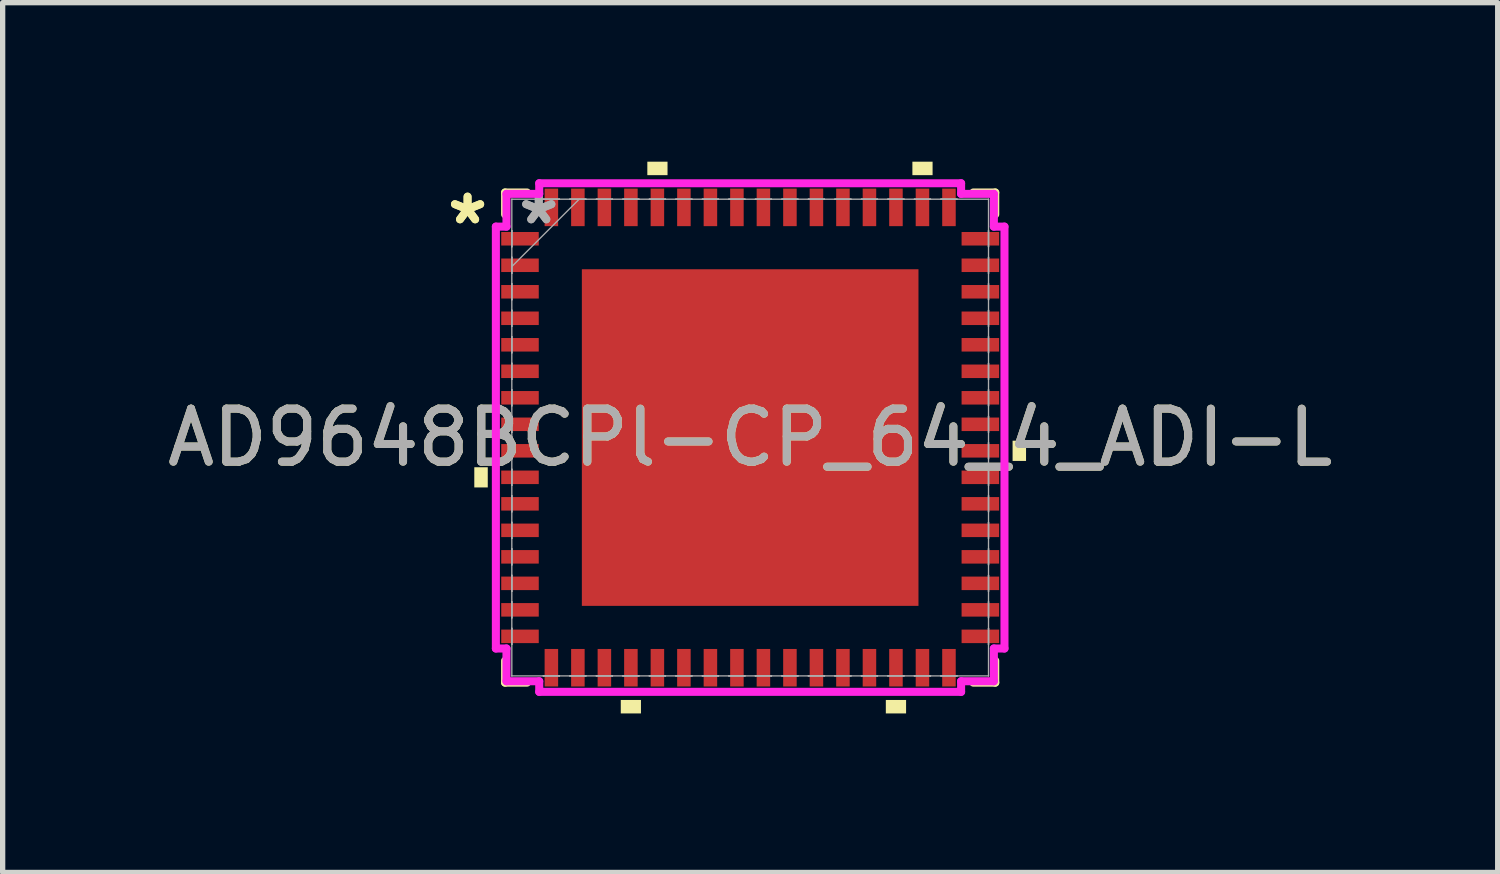
<source format=kicad_pcb>
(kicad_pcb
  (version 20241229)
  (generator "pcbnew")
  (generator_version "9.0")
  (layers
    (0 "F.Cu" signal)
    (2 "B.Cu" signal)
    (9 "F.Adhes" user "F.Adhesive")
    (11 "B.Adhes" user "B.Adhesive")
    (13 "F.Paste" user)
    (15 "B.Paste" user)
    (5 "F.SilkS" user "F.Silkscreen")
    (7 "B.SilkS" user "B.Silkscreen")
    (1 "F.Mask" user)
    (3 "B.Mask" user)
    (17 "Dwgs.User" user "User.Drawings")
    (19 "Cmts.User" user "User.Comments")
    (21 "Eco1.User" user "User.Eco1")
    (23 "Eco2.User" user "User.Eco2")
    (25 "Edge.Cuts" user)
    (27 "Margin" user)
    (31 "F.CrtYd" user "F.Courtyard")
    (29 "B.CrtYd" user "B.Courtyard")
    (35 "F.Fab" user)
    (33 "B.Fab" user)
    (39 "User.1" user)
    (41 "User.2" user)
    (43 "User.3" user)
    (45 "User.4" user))
  (footprint "AD9648BCPl-CP_64_4_ADI-L"
    (layer "F.Cu")
    (at 11.101 5.204)
    (property "Reference" "AD9648BCPl-CP_64_4_ADI-L" (at 0 0 0) (unlocked yes) (layer "F.SilkS") (effects (font (size 1 1) (thickness 0.15))))
    (attr smd)
    (fp_line (start -4.623 -4.623) (end -4.623 -4.21) (stroke (width 0.152) (type solid)) (layer "F.SilkS"))
    (fp_line (start -4.623 4.21) (end -4.623 4.623) (stroke (width 0.152) (type solid)) (layer "F.SilkS"))
    (fp_line (start -4.623 4.623) (end -4.21 4.623) (stroke (width 0.152) (type solid)) (layer "F.SilkS"))
    (fp_line (start -4.21 -4.623) (end -4.623 -4.623) (stroke (width 0.152) (type solid)) (layer "F.SilkS"))
    (fp_line (start 4.21 4.623) (end 4.623 4.623) (stroke (width 0.152) (type solid)) (layer "F.SilkS"))
    (fp_line (start 4.623 -4.623) (end 4.21 -4.623) (stroke (width 0.152) (type solid)) (layer "F.SilkS"))
    (fp_line (start 4.623 -4.21) (end 4.623 -4.623) (stroke (width 0.152) (type solid)) (layer "F.SilkS"))
    (fp_line (start 4.623 4.623) (end 4.623 4.21) (stroke (width 0.152) (type solid)) (layer "F.SilkS"))
    (fp_poly (pts (xy -5.204 0.56) (xy -5.204 0.941) (xy -4.95 0.941) (xy -4.95 0.56)) (stroke (width 0) (type solid)) (fill yes) (layer "F.SilkS"))
    (fp_poly (pts (xy -2.441 4.95) (xy -2.441 5.204) (xy -2.06 5.204) (xy -2.06 4.95)) (stroke (width 0) (type solid)) (fill yes) (layer "F.SilkS"))
    (fp_poly (pts (xy -1.94 -4.95) (xy -1.94 -5.204) (xy -1.559 -5.204) (xy -1.559 -4.95)) (stroke (width 0) (type solid)) (fill yes) (layer "F.SilkS"))
    (fp_poly (pts (xy 2.559 4.95) (xy 2.559 5.204) (xy 2.941 5.204) (xy 2.941 4.95)) (stroke (width 0) (type solid)) (fill yes) (layer "F.SilkS"))
    (fp_poly (pts (xy 3.06 -4.95) (xy 3.06 -5.204) (xy 3.441 -5.204) (xy 3.441 -4.95)) (stroke (width 0) (type solid)) (fill yes) (layer "F.SilkS"))
    (fp_poly (pts (xy 5.204 0.059) (xy 5.204 0.441) (xy 4.95 0.441) (xy 4.95 0.059)) (stroke (width 0) (type solid)) (fill yes) (layer "F.SilkS"))
    (fp_poly (pts (xy -3.075 -3.075) (xy -3.075 -2.005) (xy -2.005 -2.005) (xy -2.005 -3.075)) (stroke (width 0) (type solid)) (fill yes) (layer "F.Paste"))
    (fp_poly (pts (xy -3.075 -1.805) (xy -3.075 -0.735) (xy -2.005 -0.735) (xy -2.005 -1.805)) (stroke (width 0) (type solid)) (fill yes) (layer "F.Paste"))
    (fp_poly (pts (xy -3.075 -0.535) (xy -3.075 0.535) (xy -2.005 0.535) (xy -2.005 -0.535)) (stroke (width 0) (type solid)) (fill yes) (layer "F.Paste"))
    (fp_poly (pts (xy -3.075 0.735) (xy -3.075 1.805) (xy -2.005 1.805) (xy -2.005 0.735)) (stroke (width 0) (type solid)) (fill yes) (layer "F.Paste"))
    (fp_poly (pts (xy -3.075 2.005) (xy -3.075 3.075) (xy -2.005 3.075) (xy -2.005 2.005)) (stroke (width 0) (type solid)) (fill yes) (layer "F.Paste"))
    (fp_poly (pts (xy -1.805 -3.075) (xy -1.805 -2.005) (xy -0.735 -2.005) (xy -0.735 -3.075)) (stroke (width 0) (type solid)) (fill yes) (layer "F.Paste"))
    (fp_poly (pts (xy -1.805 -1.805) (xy -1.805 -0.735) (xy -0.735 -0.735) (xy -0.735 -1.805)) (stroke (width 0) (type solid)) (fill yes) (layer "F.Paste"))
    (fp_poly (pts (xy -1.805 -0.535) (xy -1.805 0.535) (xy -0.735 0.535) (xy -0.735 -0.535)) (stroke (width 0) (type solid)) (fill yes) (layer "F.Paste"))
    (fp_poly (pts (xy -1.805 0.735) (xy -1.805 1.805) (xy -0.735 1.805) (xy -0.735 0.735)) (stroke (width 0) (type solid)) (fill yes) (layer "F.Paste"))
    (fp_poly (pts (xy -1.805 2.005) (xy -1.805 3.075) (xy -0.735 3.075) (xy -0.735 2.005)) (stroke (width 0) (type solid)) (fill yes) (layer "F.Paste"))
    (fp_poly (pts (xy -0.535 -3.075) (xy -0.535 -2.005) (xy 0.535 -2.005) (xy 0.535 -3.075)) (stroke (width 0) (type solid)) (fill yes) (layer "F.Paste"))
    (fp_poly (pts (xy -0.535 -1.805) (xy -0.535 -0.735) (xy 0.535 -0.735) (xy 0.535 -1.805)) (stroke (width 0) (type solid)) (fill yes) (layer "F.Paste"))
    (fp_poly (pts (xy -0.535 -0.535) (xy -0.535 0.535) (xy 0.535 0.535) (xy 0.535 -0.535)) (stroke (width 0) (type solid)) (fill yes) (layer "F.Paste"))
    (fp_poly (pts (xy -0.535 0.735) (xy -0.535 1.805) (xy 0.535 1.805) (xy 0.535 0.735)) (stroke (width 0) (type solid)) (fill yes) (layer "F.Paste"))
    (fp_poly (pts (xy -0.535 2.005) (xy -0.535 3.075) (xy 0.535 3.075) (xy 0.535 2.005)) (stroke (width 0) (type solid)) (fill yes) (layer "F.Paste"))
    (fp_poly (pts (xy 0.735 -3.075) (xy 0.735 -2.005) (xy 1.805 -2.005) (xy 1.805 -3.075)) (stroke (width 0) (type solid)) (fill yes) (layer "F.Paste"))
    (fp_poly (pts (xy 0.735 -1.805) (xy 0.735 -0.735) (xy 1.805 -0.735) (xy 1.805 -1.805)) (stroke (width 0) (type solid)) (fill yes) (layer "F.Paste"))
    (fp_poly (pts (xy 0.735 -0.535) (xy 0.735 0.535) (xy 1.805 0.535) (xy 1.805 -0.535)) (stroke (width 0) (type solid)) (fill yes) (layer "F.Paste"))
    (fp_poly (pts (xy 0.735 0.735) (xy 0.735 1.805) (xy 1.805 1.805) (xy 1.805 0.735)) (stroke (width 0) (type solid)) (fill yes) (layer "F.Paste"))
    (fp_poly (pts (xy 0.735 2.005) (xy 0.735 3.075) (xy 1.805 3.075) (xy 1.805 2.005)) (stroke (width 0) (type solid)) (fill yes) (layer "F.Paste"))
    (fp_poly (pts (xy 2.005 -3.075) (xy 2.005 -2.005) (xy 3.075 -2.005) (xy 3.075 -3.075)) (stroke (width 0) (type solid)) (fill yes) (layer "F.Paste"))
    (fp_poly (pts (xy 2.005 -1.805) (xy 2.005 -0.735) (xy 3.075 -0.735) (xy 3.075 -1.805)) (stroke (width 0) (type solid)) (fill yes) (layer "F.Paste"))
    (fp_poly (pts (xy 2.005 -0.535) (xy 2.005 0.535) (xy 3.075 0.535) (xy 3.075 -0.535)) (stroke (width 0) (type solid)) (fill yes) (layer "F.Paste"))
    (fp_poly (pts (xy 2.005 0.735) (xy 2.005 1.805) (xy 3.075 1.805) (xy 3.075 0.735)) (stroke (width 0) (type solid)) (fill yes) (layer "F.Paste"))
    (fp_poly (pts (xy 2.005 2.005) (xy 2.005 3.075) (xy 3.075 3.075) (xy 3.075 2.005)) (stroke (width 0) (type solid)) (fill yes) (layer "F.Paste"))
    (fp_line (start -4.797 -3.979) (end -4.597 -3.979) (stroke (width 0.152) (type solid)) (layer "F.CrtYd"))
    (fp_line (start -4.797 3.979) (end -4.797 -3.979) (stroke (width 0.152) (type solid)) (layer "F.CrtYd"))
    (fp_line (start -4.597 -4.597) (end -3.979 -4.597) (stroke (width 0.152) (type solid)) (layer "F.CrtYd"))
    (fp_line (start -4.597 -3.979) (end -4.597 -4.597) (stroke (width 0.152) (type solid)) (layer "F.CrtYd"))
    (fp_line (start -4.597 3.979) (end -4.797 3.979) (stroke (width 0.152) (type solid)) (layer "F.CrtYd"))
    (fp_line (start -4.597 4.597) (end -4.597 3.979) (stroke (width 0.152) (type solid)) (layer "F.CrtYd"))
    (fp_line (start -3.979 -4.797) (end 3.979 -4.797) (stroke (width 0.152) (type solid)) (layer "F.CrtYd"))
    (fp_line (start -3.979 -4.597) (end -3.979 -4.797) (stroke (width 0.152) (type solid)) (layer "F.CrtYd"))
    (fp_line (start -3.979 4.597) (end -4.597 4.597) (stroke (width 0.152) (type solid)) (layer "F.CrtYd"))
    (fp_line (start -3.979 4.797) (end -3.979 4.597) (stroke (width 0.152) (type solid)) (layer "F.CrtYd"))
    (fp_line (start 3.979 -4.797) (end 3.979 -4.597) (stroke (width 0.152) (type solid)) (layer "F.CrtYd"))
    (fp_line (start 3.979 -4.597) (end 4.597 -4.597) (stroke (width 0.152) (type solid)) (layer "F.CrtYd"))
    (fp_line (start 3.979 4.597) (end 3.979 4.797) (stroke (width 0.152) (type solid)) (layer "F.CrtYd"))
    (fp_line (start 3.979 4.797) (end -3.979 4.797) (stroke (width 0.152) (type solid)) (layer "F.CrtYd"))
    (fp_line (start 4.597 -4.597) (end 4.597 -3.979) (stroke (width 0.152) (type solid)) (layer "F.CrtYd"))
    (fp_line (start 4.597 -3.979) (end 4.797 -3.979) (stroke (width 0.152) (type solid)) (layer "F.CrtYd"))
    (fp_line (start 4.597 3.979) (end 4.597 4.597) (stroke (width 0.152) (type solid)) (layer "F.CrtYd"))
    (fp_line (start 4.597 4.597) (end 3.979 4.597) (stroke (width 0.152) (type solid)) (layer "F.CrtYd"))
    (fp_line (start 4.797 -3.979) (end 4.797 3.979) (stroke (width 0.152) (type solid)) (layer "F.CrtYd"))
    (fp_line (start 4.797 3.979) (end 4.597 3.979) (stroke (width 0.152) (type solid)) (layer "F.CrtYd"))
    (fp_line (start -4.496 -4.496) (end -4.496 -4.496) (stroke (width 0.025) (type solid)) (layer "F.Fab"))
    (fp_line (start -4.496 -4.496) (end -4.496 4.496) (stroke (width 0.025) (type solid)) (layer "F.Fab"))
    (fp_line (start -4.496 -3.902) (end -4.496 -3.902) (stroke (width 0.025) (type solid)) (layer "F.Fab"))
    (fp_line (start -4.496 -3.902) (end -4.496 -3.598) (stroke (width 0.025) (type solid)) (layer "F.Fab"))
    (fp_line (start -4.496 -3.598) (end -4.496 -3.902) (stroke (width 0.025) (type solid)) (layer "F.Fab"))
    (fp_line (start -4.496 -3.598) (end -4.496 -3.598) (stroke (width 0.025) (type solid)) (layer "F.Fab"))
    (fp_line (start -4.496 -3.402) (end -4.496 -3.402) (stroke (width 0.025) (type solid)) (layer "F.Fab"))
    (fp_line (start -4.496 -3.402) (end -4.496 -3.098) (stroke (width 0.025) (type solid)) (layer "F.Fab"))
    (fp_line (start -4.496 -3.226) (end -3.226 -4.496) (stroke (width 0.025) (type solid)) (layer "F.Fab"))
    (fp_line (start -4.496 -3.098) (end -4.496 -3.402) (stroke (width 0.025) (type solid)) (layer "F.Fab"))
    (fp_line (start -4.496 -3.098) (end -4.496 -3.098) (stroke (width 0.025) (type solid)) (layer "F.Fab"))
    (fp_line (start -4.496 -2.902) (end -4.496 -2.902) (stroke (width 0.025) (type solid)) (layer "F.Fab"))
    (fp_line (start -4.496 -2.902) (end -4.496 -2.598) (stroke (width 0.025) (type solid)) (layer "F.Fab"))
    (fp_line (start -4.496 -2.598) (end -4.496 -2.902) (stroke (width 0.025) (type solid)) (layer "F.Fab"))
    (fp_line (start -4.496 -2.598) (end -4.496 -2.598) (stroke (width 0.025) (type solid)) (layer "F.Fab"))
    (fp_line (start -4.496 -2.402) (end -4.496 -2.402) (stroke (width 0.025) (type solid)) (layer "F.Fab"))
    (fp_line (start -4.496 -2.402) (end -4.496 -2.098) (stroke (width 0.025) (type solid)) (layer "F.Fab"))
    (fp_line (start -4.496 -2.098) (end -4.496 -2.402) (stroke (width 0.025) (type solid)) (layer "F.Fab"))
    (fp_line (start -4.496 -2.098) (end -4.496 -2.098) (stroke (width 0.025) (type solid)) (layer "F.Fab"))
    (fp_line (start -4.496 -1.902) (end -4.496 -1.902) (stroke (width 0.025) (type solid)) (layer "F.Fab"))
    (fp_line (start -4.496 -1.902) (end -4.496 -1.598) (stroke (width 0.025) (type solid)) (layer "F.Fab"))
    (fp_line (start -4.496 -1.598) (end -4.496 -1.902) (stroke (width 0.025) (type solid)) (layer "F.Fab"))
    (fp_line (start -4.496 -1.598) (end -4.496 -1.598) (stroke (width 0.025) (type solid)) (layer "F.Fab"))
    (fp_line (start -4.496 -1.402) (end -4.496 -1.402) (stroke (width 0.025) (type solid)) (layer "F.Fab"))
    (fp_line (start -4.496 -1.402) (end -4.496 -1.098) (stroke (width 0.025) (type solid)) (layer "F.Fab"))
    (fp_line (start -4.496 -1.098) (end -4.496 -1.402) (stroke (width 0.025) (type solid)) (layer "F.Fab"))
    (fp_line (start -4.496 -1.098) (end -4.496 -1.098) (stroke (width 0.025) (type solid)) (layer "F.Fab"))
    (fp_line (start -4.496 -0.902) (end -4.496 -0.902) (stroke (width 0.025) (type solid)) (layer "F.Fab"))
    (fp_line (start -4.496 -0.902) (end -4.496 -0.598) (stroke (width 0.025) (type solid)) (layer "F.Fab"))
    (fp_line (start -4.496 -0.598) (end -4.496 -0.902) (stroke (width 0.025) (type solid)) (layer "F.Fab"))
    (fp_line (start -4.496 -0.598) (end -4.496 -0.598) (stroke (width 0.025) (type solid)) (layer "F.Fab"))
    (fp_line (start -4.496 -0.402) (end -4.496 -0.402) (stroke (width 0.025) (type solid)) (layer "F.Fab"))
    (fp_line (start -4.496 -0.402) (end -4.496 -0.098) (stroke (width 0.025) (type solid)) (layer "F.Fab"))
    (fp_line (start -4.496 -0.098) (end -4.496 -0.402) (stroke (width 0.025) (type solid)) (layer "F.Fab"))
    (fp_line (start -4.496 -0.098) (end -4.496 -0.098) (stroke (width 0.025) (type solid)) (layer "F.Fab"))
    (fp_line (start -4.496 0.098) (end -4.496 0.098) (stroke (width 0.025) (type solid)) (layer "F.Fab"))
    (fp_line (start -4.496 0.098) (end -4.496 0.402) (stroke (width 0.025) (type solid)) (layer "F.Fab"))
    (fp_line (start -4.496 0.402) (end -4.496 0.098) (stroke (width 0.025) (type solid)) (layer "F.Fab"))
    (fp_line (start -4.496 0.402) (end -4.496 0.402) (stroke (width 0.025) (type solid)) (layer "F.Fab"))
    (fp_line (start -4.496 0.598) (end -4.496 0.598) (stroke (width 0.025) (type solid)) (layer "F.Fab"))
    (fp_line (start -4.496 0.598) (end -4.496 0.902) (stroke (width 0.025) (type solid)) (layer "F.Fab"))
    (fp_line (start -4.496 0.902) (end -4.496 0.598) (stroke (width 0.025) (type solid)) (layer "F.Fab"))
    (fp_line (start -4.496 0.902) (end -4.496 0.902) (stroke (width 0.025) (type solid)) (layer "F.Fab"))
    (fp_line (start -4.496 1.098) (end -4.496 1.098) (stroke (width 0.025) (type solid)) (layer "F.Fab"))
    (fp_line (start -4.496 1.098) (end -4.496 1.402) (stroke (width 0.025) (type solid)) (layer "F.Fab"))
    (fp_line (start -4.496 1.402) (end -4.496 1.098) (stroke (width 0.025) (type solid)) (layer "F.Fab"))
    (fp_line (start -4.496 1.402) (end -4.496 1.402) (stroke (width 0.025) (type solid)) (layer "F.Fab"))
    (fp_line (start -4.496 1.598) (end -4.496 1.598) (stroke (width 0.025) (type solid)) (layer "F.Fab"))
    (fp_line (start -4.496 1.598) (end -4.496 1.902) (stroke (width 0.025) (type solid)) (layer "F.Fab"))
    (fp_line (start -4.496 1.902) (end -4.496 1.598) (stroke (width 0.025) (type solid)) (layer "F.Fab"))
    (fp_line (start -4.496 1.902) (end -4.496 1.902) (stroke (width 0.025) (type solid)) (layer "F.Fab"))
    (fp_line (start -4.496 2.098) (end -4.496 2.098) (stroke (width 0.025) (type solid)) (layer "F.Fab"))
    (fp_line (start -4.496 2.098) (end -4.496 2.402) (stroke (width 0.025) (type solid)) (layer "F.Fab"))
    (fp_line (start -4.496 2.402) (end -4.496 2.098) (stroke (width 0.025) (type solid)) (layer "F.Fab"))
    (fp_line (start -4.496 2.402) (end -4.496 2.402) (stroke (width 0.025) (type solid)) (layer "F.Fab"))
    (fp_line (start -4.496 2.598) (end -4.496 2.598) (stroke (width 0.025) (type solid)) (layer "F.Fab"))
    (fp_line (start -4.496 2.598) (end -4.496 2.902) (stroke (width 0.025) (type solid)) (layer "F.Fab"))
    (fp_line (start -4.496 2.902) (end -4.496 2.598) (stroke (width 0.025) (type solid)) (layer "F.Fab"))
    (fp_line (start -4.496 2.902) (end -4.496 2.902) (stroke (width 0.025) (type solid)) (layer "F.Fab"))
    (fp_line (start -4.496 3.098) (end -4.496 3.098) (stroke (width 0.025) (type solid)) (layer "F.Fab"))
    (fp_line (start -4.496 3.098) (end -4.496 3.402) (stroke (width 0.025) (type solid)) (layer "F.Fab"))
    (fp_line (start -4.496 3.402) (end -4.496 3.098) (stroke (width 0.025) (type solid)) (layer "F.Fab"))
    (fp_line (start -4.496 3.402) (end -4.496 3.402) (stroke (width 0.025) (type solid)) (layer "F.Fab"))
    (fp_line (start -4.496 3.598) (end -4.496 3.598) (stroke (width 0.025) (type solid)) (layer "F.Fab"))
    (fp_line (start -4.496 3.598) (end -4.496 3.902) (stroke (width 0.025) (type solid)) (layer "F.Fab"))
    (fp_line (start -4.496 3.902) (end -4.496 3.598) (stroke (width 0.025) (type solid)) (layer "F.Fab"))
    (fp_line (start -4.496 3.902) (end -4.496 3.902) (stroke (width 0.025) (type solid)) (layer "F.Fab"))
    (fp_line (start -4.496 4.496) (end -4.496 4.496) (stroke (width 0.025) (type solid)) (layer "F.Fab"))
    (fp_line (start -4.496 4.496) (end 4.496 4.496) (stroke (width 0.025) (type solid)) (layer "F.Fab"))
    (fp_line (start -3.902 -4.496) (end -3.902 -4.496) (stroke (width 0.025) (type solid)) (layer "F.Fab"))
    (fp_line (start -3.902 -4.496) (end -3.598 -4.496) (stroke (width 0.025) (type solid)) (layer "F.Fab"))
    (fp_line (start -3.902 4.496) (end -3.902 4.496) (stroke (width 0.025) (type solid)) (layer "F.Fab"))
    (fp_line (start -3.902 4.496) (end -3.598 4.496) (stroke (width 0.025) (type solid)) (layer "F.Fab"))
    (fp_line (start -3.598 -4.496) (end -3.902 -4.496) (stroke (width 0.025) (type solid)) (layer "F.Fab"))
    (fp_line (start -3.598 -4.496) (end -3.598 -4.496) (stroke (width 0.025) (type solid)) (layer "F.Fab"))
    (fp_line (start -3.598 4.496) (end -3.902 4.496) (stroke (width 0.025) (type solid)) (layer "F.Fab"))
    (fp_line (start -3.598 4.496) (end -3.598 4.496) (stroke (width 0.025) (type solid)) (layer "F.Fab"))
    (fp_line (start -3.402 -4.496) (end -3.402 -4.496) (stroke (width 0.025) (type solid)) (layer "F.Fab"))
    (fp_line (start -3.402 -4.496) (end -3.098 -4.496) (stroke (width 0.025) (type solid)) (layer "F.Fab"))
    (fp_line (start -3.402 4.496) (end -3.402 4.496) (stroke (width 0.025) (type solid)) (layer "F.Fab"))
    (fp_line (start -3.402 4.496) (end -3.098 4.496) (stroke (width 0.025) (type solid)) (layer "F.Fab"))
    (fp_line (start -3.098 -4.496) (end -3.402 -4.496) (stroke (width 0.025) (type solid)) (layer "F.Fab"))
    (fp_line (start -3.098 -4.496) (end -3.098 -4.496) (stroke (width 0.025) (type solid)) (layer "F.Fab"))
    (fp_line (start -3.098 4.496) (end -3.402 4.496) (stroke (width 0.025) (type solid)) (layer "F.Fab"))
    (fp_line (start -3.098 4.496) (end -3.098 4.496) (stroke (width 0.025) (type solid)) (layer "F.Fab"))
    (fp_line (start -2.902 -4.496) (end -2.902 -4.496) (stroke (width 0.025) (type solid)) (layer "F.Fab"))
    (fp_line (start -2.902 -4.496) (end -2.598 -4.496) (stroke (width 0.025) (type solid)) (layer "F.Fab"))
    (fp_line (start -2.902 4.496) (end -2.902 4.496) (stroke (width 0.025) (type solid)) (layer "F.Fab"))
    (fp_line (start -2.902 4.496) (end -2.598 4.496) (stroke (width 0.025) (type solid)) (layer "F.Fab"))
    (fp_line (start -2.598 -4.496) (end -2.902 -4.496) (stroke (width 0.025) (type solid)) (layer "F.Fab"))
    (fp_line (start -2.598 -4.496) (end -2.598 -4.496) (stroke (width 0.025) (type solid)) (layer "F.Fab"))
    (fp_line (start -2.598 4.496) (end -2.902 4.496) (stroke (width 0.025) (type solid)) (layer "F.Fab"))
    (fp_line (start -2.598 4.496) (end -2.598 4.496) (stroke (width 0.025) (type solid)) (layer "F.Fab"))
    (fp_line (start -2.402 -4.496) (end -2.402 -4.496) (stroke (width 0.025) (type solid)) (layer "F.Fab"))
    (fp_line (start -2.402 -4.496) (end -2.098 -4.496) (stroke (width 0.025) (type solid)) (layer "F.Fab"))
    (fp_line (start -2.402 4.496) (end -2.402 4.496) (stroke (width 0.025) (type solid)) (layer "F.Fab"))
    (fp_line (start -2.402 4.496) (end -2.098 4.496) (stroke (width 0.025) (type solid)) (layer "F.Fab"))
    (fp_line (start -2.098 -4.496) (end -2.402 -4.496) (stroke (width 0.025) (type solid)) (layer "F.Fab"))
    (fp_line (start -2.098 -4.496) (end -2.098 -4.496) (stroke (width 0.025) (type solid)) (layer "F.Fab"))
    (fp_line (start -2.098 4.496) (end -2.402 4.496) (stroke (width 0.025) (type solid)) (layer "F.Fab"))
    (fp_line (start -2.098 4.496) (end -2.098 4.496) (stroke (width 0.025) (type solid)) (layer "F.Fab"))
    (fp_line (start -1.902 -4.496) (end -1.902 -4.496) (stroke (width 0.025) (type solid)) (layer "F.Fab"))
    (fp_line (start -1.902 -4.496) (end -1.598 -4.496) (stroke (width 0.025) (type solid)) (layer "F.Fab"))
    (fp_line (start -1.902 4.496) (end -1.902 4.496) (stroke (width 0.025) (type solid)) (layer "F.Fab"))
    (fp_line (start -1.902 4.496) (end -1.598 4.496) (stroke (width 0.025) (type solid)) (layer "F.Fab"))
    (fp_line (start -1.598 -4.496) (end -1.902 -4.496) (stroke (width 0.025) (type solid)) (layer "F.Fab"))
    (fp_line (start -1.598 -4.496) (end -1.598 -4.496) (stroke (width 0.025) (type solid)) (layer "F.Fab"))
    (fp_line (start -1.598 4.496) (end -1.902 4.496) (stroke (width 0.025) (type solid)) (layer "F.Fab"))
    (fp_line (start -1.598 4.496) (end -1.598 4.496) (stroke (width 0.025) (type solid)) (layer "F.Fab"))
    (fp_line (start -1.402 -4.496) (end -1.402 -4.496) (stroke (width 0.025) (type solid)) (layer "F.Fab"))
    (fp_line (start -1.402 -4.496) (end -1.098 -4.496) (stroke (width 0.025) (type solid)) (layer "F.Fab"))
    (fp_line (start -1.402 4.496) (end -1.402 4.496) (stroke (width 0.025) (type solid)) (layer "F.Fab"))
    (fp_line (start -1.402 4.496) (end -1.098 4.496) (stroke (width 0.025) (type solid)) (layer "F.Fab"))
    (fp_line (start -1.098 -4.496) (end -1.402 -4.496) (stroke (width 0.025) (type solid)) (layer "F.Fab"))
    (fp_line (start -1.098 -4.496) (end -1.098 -4.496) (stroke (width 0.025) (type solid)) (layer "F.Fab"))
    (fp_line (start -1.098 4.496) (end -1.402 4.496) (stroke (width 0.025) (type solid)) (layer "F.Fab"))
    (fp_line (start -1.098 4.496) (end -1.098 4.496) (stroke (width 0.025) (type solid)) (layer "F.Fab"))
    (fp_line (start -0.902 -4.496) (end -0.902 -4.496) (stroke (width 0.025) (type solid)) (layer "F.Fab"))
    (fp_line (start -0.902 -4.496) (end -0.598 -4.496) (stroke (width 0.025) (type solid)) (layer "F.Fab"))
    (fp_line (start -0.902 4.496) (end -0.902 4.496) (stroke (width 0.025) (type solid)) (layer "F.Fab"))
    (fp_line (start -0.902 4.496) (end -0.598 4.496) (stroke (width 0.025) (type solid)) (layer "F.Fab"))
    (fp_line (start -0.598 -4.496) (end -0.902 -4.496) (stroke (width 0.025) (type solid)) (layer "F.Fab"))
    (fp_line (start -0.598 -4.496) (end -0.598 -4.496) (stroke (width 0.025) (type solid)) (layer "F.Fab"))
    (fp_line (start -0.598 4.496) (end -0.902 4.496) (stroke (width 0.025) (type solid)) (layer "F.Fab"))
    (fp_line (start -0.598 4.496) (end -0.598 4.496) (stroke (width 0.025) (type solid)) (layer "F.Fab"))
    (fp_line (start -0.402 -4.496) (end -0.402 -4.496) (stroke (width 0.025) (type solid)) (layer "F.Fab"))
    (fp_line (start -0.402 -4.496) (end -0.098 -4.496) (stroke (width 0.025) (type solid)) (layer "F.Fab"))
    (fp_line (start -0.402 4.496) (end -0.402 4.496) (stroke (width 0.025) (type solid)) (layer "F.Fab"))
    (fp_line (start -0.402 4.496) (end -0.098 4.496) (stroke (width 0.025) (type solid)) (layer "F.Fab"))
    (fp_line (start -0.098 -4.496) (end -0.402 -4.496) (stroke (width 0.025) (type solid)) (layer "F.Fab"))
    (fp_line (start -0.098 -4.496) (end -0.098 -4.496) (stroke (width 0.025) (type solid)) (layer "F.Fab"))
    (fp_line (start -0.098 4.496) (end -0.402 4.496) (stroke (width 0.025) (type solid)) (layer "F.Fab"))
    (fp_line (start -0.098 4.496) (end -0.098 4.496) (stroke (width 0.025) (type solid)) (layer "F.Fab"))
    (fp_line (start 0.098 -4.496) (end 0.098 -4.496) (stroke (width 0.025) (type solid)) (layer "F.Fab"))
    (fp_line (start 0.098 -4.496) (end 0.402 -4.496) (stroke (width 0.025) (type solid)) (layer "F.Fab"))
    (fp_line (start 0.098 4.496) (end 0.098 4.496) (stroke (width 0.025) (type solid)) (layer "F.Fab"))
    (fp_line (start 0.098 4.496) (end 0.402 4.496) (stroke (width 0.025) (type solid)) (layer "F.Fab"))
    (fp_line (start 0.402 -4.496) (end 0.098 -4.496) (stroke (width 0.025) (type solid)) (layer "F.Fab"))
    (fp_line (start 0.402 -4.496) (end 0.402 -4.496) (stroke (width 0.025) (type solid)) (layer "F.Fab"))
    (fp_line (start 0.402 4.496) (end 0.098 4.496) (stroke (width 0.025) (type solid)) (layer "F.Fab"))
    (fp_line (start 0.402 4.496) (end 0.402 4.496) (stroke (width 0.025) (type solid)) (layer "F.Fab"))
    (fp_line (start 0.598 -4.496) (end 0.598 -4.496) (stroke (width 0.025) (type solid)) (layer "F.Fab"))
    (fp_line (start 0.598 -4.496) (end 0.902 -4.496) (stroke (width 0.025) (type solid)) (layer "F.Fab"))
    (fp_line (start 0.598 4.496) (end 0.598 4.496) (stroke (width 0.025) (type solid)) (layer "F.Fab"))
    (fp_line (start 0.598 4.496) (end 0.902 4.496) (stroke (width 0.025) (type solid)) (layer "F.Fab"))
    (fp_line (start 0.902 -4.496) (end 0.598 -4.496) (stroke (width 0.025) (type solid)) (layer "F.Fab"))
    (fp_line (start 0.902 -4.496) (end 0.902 -4.496) (stroke (width 0.025) (type solid)) (layer "F.Fab"))
    (fp_line (start 0.902 4.496) (end 0.598 4.496) (stroke (width 0.025) (type solid)) (layer "F.Fab"))
    (fp_line (start 0.902 4.496) (end 0.902 4.496) (stroke (width 0.025) (type solid)) (layer "F.Fab"))
    (fp_line (start 1.098 -4.496) (end 1.098 -4.496) (stroke (width 0.025) (type solid)) (layer "F.Fab"))
    (fp_line (start 1.098 -4.496) (end 1.402 -4.496) (stroke (width 0.025) (type solid)) (layer "F.Fab"))
    (fp_line (start 1.098 4.496) (end 1.098 4.496) (stroke (width 0.025) (type solid)) (layer "F.Fab"))
    (fp_line (start 1.098 4.496) (end 1.402 4.496) (stroke (width 0.025) (type solid)) (layer "F.Fab"))
    (fp_line (start 1.402 -4.496) (end 1.098 -4.496) (stroke (width 0.025) (type solid)) (layer "F.Fab"))
    (fp_line (start 1.402 -4.496) (end 1.402 -4.496) (stroke (width 0.025) (type solid)) (layer "F.Fab"))
    (fp_line (start 1.402 4.496) (end 1.098 4.496) (stroke (width 0.025) (type solid)) (layer "F.Fab"))
    (fp_line (start 1.402 4.496) (end 1.402 4.496) (stroke (width 0.025) (type solid)) (layer "F.Fab"))
    (fp_line (start 1.598 -4.496) (end 1.598 -4.496) (stroke (width 0.025) (type solid)) (layer "F.Fab"))
    (fp_line (start 1.598 -4.496) (end 1.902 -4.496) (stroke (width 0.025) (type solid)) (layer "F.Fab"))
    (fp_line (start 1.598 4.496) (end 1.598 4.496) (stroke (width 0.025) (type solid)) (layer "F.Fab"))
    (fp_line (start 1.598 4.496) (end 1.902 4.496) (stroke (width 0.025) (type solid)) (layer "F.Fab"))
    (fp_line (start 1.902 -4.496) (end 1.598 -4.496) (stroke (width 0.025) (type solid)) (layer "F.Fab"))
    (fp_line (start 1.902 -4.496) (end 1.902 -4.496) (stroke (width 0.025) (type solid)) (layer "F.Fab"))
    (fp_line (start 1.902 4.496) (end 1.598 4.496) (stroke (width 0.025) (type solid)) (layer "F.Fab"))
    (fp_line (start 1.902 4.496) (end 1.902 4.496) (stroke (width 0.025) (type solid)) (layer "F.Fab"))
    (fp_line (start 2.098 -4.496) (end 2.098 -4.496) (stroke (width 0.025) (type solid)) (layer "F.Fab"))
    (fp_line (start 2.098 -4.496) (end 2.402 -4.496) (stroke (width 0.025) (type solid)) (layer "F.Fab"))
    (fp_line (start 2.098 4.496) (end 2.098 4.496) (stroke (width 0.025) (type solid)) (layer "F.Fab"))
    (fp_line (start 2.098 4.496) (end 2.402 4.496) (stroke (width 0.025) (type solid)) (layer "F.Fab"))
    (fp_line (start 2.402 -4.496) (end 2.098 -4.496) (stroke (width 0.025) (type solid)) (layer "F.Fab"))
    (fp_line (start 2.402 -4.496) (end 2.402 -4.496) (stroke (width 0.025) (type solid)) (layer "F.Fab"))
    (fp_line (start 2.402 4.496) (end 2.098 4.496) (stroke (width 0.025) (type solid)) (layer "F.Fab"))
    (fp_line (start 2.402 4.496) (end 2.402 4.496) (stroke (width 0.025) (type solid)) (layer "F.Fab"))
    (fp_line (start 2.598 -4.496) (end 2.598 -4.496) (stroke (width 0.025) (type solid)) (layer "F.Fab"))
    (fp_line (start 2.598 -4.496) (end 2.902 -4.496) (stroke (width 0.025) (type solid)) (layer "F.Fab"))
    (fp_line (start 2.598 4.496) (end 2.598 4.496) (stroke (width 0.025) (type solid)) (layer "F.Fab"))
    (fp_line (start 2.598 4.496) (end 2.902 4.496) (stroke (width 0.025) (type solid)) (layer "F.Fab"))
    (fp_line (start 2.902 -4.496) (end 2.598 -4.496) (stroke (width 0.025) (type solid)) (layer "F.Fab"))
    (fp_line (start 2.902 -4.496) (end 2.902 -4.496) (stroke (width 0.025) (type solid)) (layer "F.Fab"))
    (fp_line (start 2.902 4.496) (end 2.598 4.496) (stroke (width 0.025) (type solid)) (layer "F.Fab"))
    (fp_line (start 2.902 4.496) (end 2.902 4.496) (stroke (width 0.025) (type solid)) (layer "F.Fab"))
    (fp_line (start 3.098 -4.496) (end 3.098 -4.496) (stroke (width 0.025) (type solid)) (layer "F.Fab"))
    (fp_line (start 3.098 -4.496) (end 3.402 -4.496) (stroke (width 0.025) (type solid)) (layer "F.Fab"))
    (fp_line (start 3.098 4.496) (end 3.098 4.496) (stroke (width 0.025) (type solid)) (layer "F.Fab"))
    (fp_line (start 3.098 4.496) (end 3.402 4.496) (stroke (width 0.025) (type solid)) (layer "F.Fab"))
    (fp_line (start 3.402 -4.496) (end 3.098 -4.496) (stroke (width 0.025) (type solid)) (layer "F.Fab"))
    (fp_line (start 3.402 -4.496) (end 3.402 -4.496) (stroke (width 0.025) (type solid)) (layer "F.Fab"))
    (fp_line (start 3.402 4.496) (end 3.098 4.496) (stroke (width 0.025) (type solid)) (layer "F.Fab"))
    (fp_line (start 3.402 4.496) (end 3.402 4.496) (stroke (width 0.025) (type solid)) (layer "F.Fab"))
    (fp_line (start 3.598 -4.496) (end 3.598 -4.496) (stroke (width 0.025) (type solid)) (layer "F.Fab"))
    (fp_line (start 3.598 -4.496) (end 3.902 -4.496) (stroke (width 0.025) (type solid)) (layer "F.Fab"))
    (fp_line (start 3.598 4.496) (end 3.598 4.496) (stroke (width 0.025) (type solid)) (layer "F.Fab"))
    (fp_line (start 3.598 4.496) (end 3.902 4.496) (stroke (width 0.025) (type solid)) (layer "F.Fab"))
    (fp_line (start 3.902 -4.496) (end 3.598 -4.496) (stroke (width 0.025) (type solid)) (layer "F.Fab"))
    (fp_line (start 3.902 -4.496) (end 3.902 -4.496) (stroke (width 0.025) (type solid)) (layer "F.Fab"))
    (fp_line (start 3.902 4.496) (end 3.598 4.496) (stroke (width 0.025) (type solid)) (layer "F.Fab"))
    (fp_line (start 3.902 4.496) (end 3.902 4.496) (stroke (width 0.025) (type solid)) (layer "F.Fab"))
    (fp_line (start 4.496 -4.496) (end -4.496 -4.496) (stroke (width 0.025) (type solid)) (layer "F.Fab"))
    (fp_line (start 4.496 -4.496) (end 4.496 -4.496) (stroke (width 0.025) (type solid)) (layer "F.Fab"))
    (fp_line (start 4.496 -3.902) (end 4.496 -3.902) (stroke (width 0.025) (type solid)) (layer "F.Fab"))
    (fp_line (start 4.496 -3.902) (end 4.496 -3.598) (stroke (width 0.025) (type solid)) (layer "F.Fab"))
    (fp_line (start 4.496 -3.598) (end 4.496 -3.902) (stroke (width 0.025) (type solid)) (layer "F.Fab"))
    (fp_line (start 4.496 -3.598) (end 4.496 -3.598) (stroke (width 0.025) (type solid)) (layer "F.Fab"))
    (fp_line (start 4.496 -3.402) (end 4.496 -3.402) (stroke (width 0.025) (type solid)) (layer "F.Fab"))
    (fp_line (start 4.496 -3.402) (end 4.496 -3.098) (stroke (width 0.025) (type solid)) (layer "F.Fab"))
    (fp_line (start 4.496 -3.098) (end 4.496 -3.402) (stroke (width 0.025) (type solid)) (layer "F.Fab"))
    (fp_line (start 4.496 -3.098) (end 4.496 -3.098) (stroke (width 0.025) (type solid)) (layer "F.Fab"))
    (fp_line (start 4.496 -2.902) (end 4.496 -2.902) (stroke (width 0.025) (type solid)) (layer "F.Fab"))
    (fp_line (start 4.496 -2.902) (end 4.496 -2.598) (stroke (width 0.025) (type solid)) (layer "F.Fab"))
    (fp_line (start 4.496 -2.598) (end 4.496 -2.902) (stroke (width 0.025) (type solid)) (layer "F.Fab"))
    (fp_line (start 4.496 -2.598) (end 4.496 -2.598) (stroke (width 0.025) (type solid)) (layer "F.Fab"))
    (fp_line (start 4.496 -2.402) (end 4.496 -2.402) (stroke (width 0.025) (type solid)) (layer "F.Fab"))
    (fp_line (start 4.496 -2.402) (end 4.496 -2.098) (stroke (width 0.025) (type solid)) (layer "F.Fab"))
    (fp_line (start 4.496 -2.098) (end 4.496 -2.402) (stroke (width 0.025) (type solid)) (layer "F.Fab"))
    (fp_line (start 4.496 -2.098) (end 4.496 -2.098) (stroke (width 0.025) (type solid)) (layer "F.Fab"))
    (fp_line (start 4.496 -1.902) (end 4.496 -1.902) (stroke (width 0.025) (type solid)) (layer "F.Fab"))
    (fp_line (start 4.496 -1.902) (end 4.496 -1.598) (stroke (width 0.025) (type solid)) (layer "F.Fab"))
    (fp_line (start 4.496 -1.598) (end 4.496 -1.902) (stroke (width 0.025) (type solid)) (layer "F.Fab"))
    (fp_line (start 4.496 -1.598) (end 4.496 -1.598) (stroke (width 0.025) (type solid)) (layer "F.Fab"))
    (fp_line (start 4.496 -1.402) (end 4.496 -1.402) (stroke (width 0.025) (type solid)) (layer "F.Fab"))
    (fp_line (start 4.496 -1.402) (end 4.496 -1.098) (stroke (width 0.025) (type solid)) (layer "F.Fab"))
    (fp_line (start 4.496 -1.098) (end 4.496 -1.402) (stroke (width 0.025) (type solid)) (layer "F.Fab"))
    (fp_line (start 4.496 -1.098) (end 4.496 -1.098) (stroke (width 0.025) (type solid)) (layer "F.Fab"))
    (fp_line (start 4.496 -0.902) (end 4.496 -0.902) (stroke (width 0.025) (type solid)) (layer "F.Fab"))
    (fp_line (start 4.496 -0.902) (end 4.496 -0.598) (stroke (width 0.025) (type solid)) (layer "F.Fab"))
    (fp_line (start 4.496 -0.598) (end 4.496 -0.902) (stroke (width 0.025) (type solid)) (layer "F.Fab"))
    (fp_line (start 4.496 -0.598) (end 4.496 -0.598) (stroke (width 0.025) (type solid)) (layer "F.Fab"))
    (fp_line (start 4.496 -0.402) (end 4.496 -0.402) (stroke (width 0.025) (type solid)) (layer "F.Fab"))
    (fp_line (start 4.496 -0.402) (end 4.496 -0.098) (stroke (width 0.025) (type solid)) (layer "F.Fab"))
    (fp_line (start 4.496 -0.098) (end 4.496 -0.402) (stroke (width 0.025) (type solid)) (layer "F.Fab"))
    (fp_line (start 4.496 -0.098) (end 4.496 -0.098) (stroke (width 0.025) (type solid)) (layer "F.Fab"))
    (fp_line (start 4.496 0.098) (end 4.496 0.098) (stroke (width 0.025) (type solid)) (layer "F.Fab"))
    (fp_line (start 4.496 0.098) (end 4.496 0.402) (stroke (width 0.025) (type solid)) (layer "F.Fab"))
    (fp_line (start 4.496 0.402) (end 4.496 0.098) (stroke (width 0.025) (type solid)) (layer "F.Fab"))
    (fp_line (start 4.496 0.402) (end 4.496 0.402) (stroke (width 0.025) (type solid)) (layer "F.Fab"))
    (fp_line (start 4.496 0.598) (end 4.496 0.598) (stroke (width 0.025) (type solid)) (layer "F.Fab"))
    (fp_line (start 4.496 0.598) (end 4.496 0.902) (stroke (width 0.025) (type solid)) (layer "F.Fab"))
    (fp_line (start 4.496 0.902) (end 4.496 0.598) (stroke (width 0.025) (type solid)) (layer "F.Fab"))
    (fp_line (start 4.496 0.902) (end 4.496 0.902) (stroke (width 0.025) (type solid)) (layer "F.Fab"))
    (fp_line (start 4.496 1.098) (end 4.496 1.098) (stroke (width 0.025) (type solid)) (layer "F.Fab"))
    (fp_line (start 4.496 1.098) (end 4.496 1.402) (stroke (width 0.025) (type solid)) (layer "F.Fab"))
    (fp_line (start 4.496 1.402) (end 4.496 1.098) (stroke (width 0.025) (type solid)) (layer "F.Fab"))
    (fp_line (start 4.496 1.402) (end 4.496 1.402) (stroke (width 0.025) (type solid)) (layer "F.Fab"))
    (fp_line (start 4.496 1.598) (end 4.496 1.598) (stroke (width 0.025) (type solid)) (layer "F.Fab"))
    (fp_line (start 4.496 1.598) (end 4.496 1.902) (stroke (width 0.025) (type solid)) (layer "F.Fab"))
    (fp_line (start 4.496 1.902) (end 4.496 1.598) (stroke (width 0.025) (type solid)) (layer "F.Fab"))
    (fp_line (start 4.496 1.902) (end 4.496 1.902) (stroke (width 0.025) (type solid)) (layer "F.Fab"))
    (fp_line (start 4.496 2.098) (end 4.496 2.098) (stroke (width 0.025) (type solid)) (layer "F.Fab"))
    (fp_line (start 4.496 2.098) (end 4.496 2.402) (stroke (width 0.025) (type solid)) (layer "F.Fab"))
    (fp_line (start 4.496 2.402) (end 4.496 2.098) (stroke (width 0.025) (type solid)) (layer "F.Fab"))
    (fp_line (start 4.496 2.402) (end 4.496 2.402) (stroke (width 0.025) (type solid)) (layer "F.Fab"))
    (fp_line (start 4.496 2.598) (end 4.496 2.598) (stroke (width 0.025) (type solid)) (layer "F.Fab"))
    (fp_line (start 4.496 2.598) (end 4.496 2.902) (stroke (width 0.025) (type solid)) (layer "F.Fab"))
    (fp_line (start 4.496 2.902) (end 4.496 2.598) (stroke (width 0.025) (type solid)) (layer "F.Fab"))
    (fp_line (start 4.496 2.902) (end 4.496 2.902) (stroke (width 0.025) (type solid)) (layer "F.Fab"))
    (fp_line (start 4.496 3.098) (end 4.496 3.098) (stroke (width 0.025) (type solid)) (layer "F.Fab"))
    (fp_line (start 4.496 3.098) (end 4.496 3.402) (stroke (width 0.025) (type solid)) (layer "F.Fab"))
    (fp_line (start 4.496 3.402) (end 4.496 3.098) (stroke (width 0.025) (type solid)) (layer "F.Fab"))
    (fp_line (start 4.496 3.402) (end 4.496 3.402) (stroke (width 0.025) (type solid)) (layer "F.Fab"))
    (fp_line (start 4.496 3.598) (end 4.496 3.598) (stroke (width 0.025) (type solid)) (layer "F.Fab"))
    (fp_line (start 4.496 3.598) (end 4.496 3.902) (stroke (width 0.025) (type solid)) (layer "F.Fab"))
    (fp_line (start 4.496 3.902) (end 4.496 3.598) (stroke (width 0.025) (type solid)) (layer "F.Fab"))
    (fp_line (start 4.496 3.902) (end 4.496 3.902) (stroke (width 0.025) (type solid)) (layer "F.Fab"))
    (fp_line (start 4.496 4.496) (end 4.496 -4.496) (stroke (width 0.025) (type solid)) (layer "F.Fab"))
    (fp_line (start 4.496 4.496) (end 4.496 4.496) (stroke (width 0.025) (type solid)) (layer "F.Fab"))
    (fp_text user "*" (at -5.331 -4 0) (layer "F.SilkS") (effects (font (size 1 1) (thickness 0.15))))
    (fp_text user "*" (at -5.331 -4 0) (unlocked yes) (layer "F.SilkS") (effects (font (size 1 1) (thickness 0.15))))
    (fp_text user "*" (at -3.988 -4 0) (layer "F.Fab") (effects (font (size 1 1) (thickness 0.15))))
    (fp_text user "${REFERENCE}" (at 0 0 0) (unlocked yes) (layer "F.Fab") (effects (font (size 1 1) (thickness 0.15))))
    (fp_text user "*" (at -3.988 -4 0) (unlocked yes) (layer "F.Fab") (effects (font (size 1 1) (thickness 0.15))))
    (pad "1" smd rect (at -4.342 -3.75 90) (size 0.255 0.708) (layers "F.Cu" "F.Mask" "F.Paste"))
    (pad "2" smd rect (at -4.342 -3.25 90) (size 0.255 0.708) (layers "F.Cu" "F.Mask" "F.Paste"))
    (pad "3" smd rect (at -4.342 -2.75 90) (size 0.255 0.708) (layers "F.Cu" "F.Mask" "F.Paste"))
    (pad "4" smd rect (at -4.342 -2.25 90) (size 0.255 0.708) (layers "F.Cu" "F.Mask" "F.Paste"))
    (pad "5" smd rect (at -4.342 -1.75 90) (size 0.255 0.708) (layers "F.Cu" "F.Mask" "F.Paste"))
    (pad "6" smd rect (at -4.342 -1.25 90) (size 0.255 0.708) (layers "F.Cu" "F.Mask" "F.Paste"))
    (pad "7" smd rect (at -4.342 -0.75 90) (size 0.255 0.708) (layers "F.Cu" "F.Mask" "F.Paste"))
    (pad "8" smd rect (at -4.342 -0.25 90) (size 0.255 0.708) (layers "F.Cu" "F.Mask" "F.Paste"))
    (pad "9" smd rect (at -4.342 0.25 90) (size 0.255 0.708) (layers "F.Cu" "F.Mask" "F.Paste"))
    (pad "10" smd rect (at -4.342 0.75 90) (size 0.255 0.708) (layers "F.Cu" "F.Mask" "F.Paste"))
    (pad "11" smd rect (at -4.342 1.25 90) (size 0.255 0.708) (layers "F.Cu" "F.Mask" "F.Paste"))
    (pad "12" smd rect (at -4.342 1.75 90) (size 0.255 0.708) (layers "F.Cu" "F.Mask" "F.Paste"))
    (pad "13" smd rect (at -4.342 2.25 90) (size 0.255 0.708) (layers "F.Cu" "F.Mask" "F.Paste"))
    (pad "14" smd rect (at -4.342 2.75 90) (size 0.255 0.708) (layers "F.Cu" "F.Mask" "F.Paste"))
    (pad "15" smd rect (at -4.342 3.25 90) (size 0.255 0.708) (layers "F.Cu" "F.Mask" "F.Paste"))
    (pad "16" smd rect (at -4.342 3.75 90) (size 0.255 0.708) (layers "F.Cu" "F.Mask" "F.Paste"))
    (pad "17" smd rect (at -3.75 4.342) (size 0.255 0.708) (layers "F.Cu" "F.Mask" "F.Paste"))
    (pad "18" smd rect (at -3.25 4.342) (size 0.255 0.708) (layers "F.Cu" "F.Mask" "F.Paste"))
    (pad "19" smd rect (at -2.75 4.342) (size 0.255 0.708) (layers "F.Cu" "F.Mask" "F.Paste"))
    (pad "20" smd rect (at -2.25 4.342) (size 0.255 0.708) (layers "F.Cu" "F.Mask" "F.Paste"))
    (pad "21" smd rect (at -1.75 4.342) (size 0.255 0.708) (layers "F.Cu" "F.Mask" "F.Paste"))
    (pad "22" smd rect (at -1.25 4.342) (size 0.255 0.708) (layers "F.Cu" "F.Mask" "F.Paste"))
    (pad "23" smd rect (at -0.75 4.342) (size 0.255 0.708) (layers "F.Cu" "F.Mask" "F.Paste"))
    (pad "24" smd rect (at -0.25 4.342) (size 0.255 0.708) (layers "F.Cu" "F.Mask" "F.Paste"))
    (pad "25" smd rect (at 0.25 4.342) (size 0.255 0.708) (layers "F.Cu" "F.Mask" "F.Paste"))
    (pad "26" smd rect (at 0.75 4.342) (size 0.255 0.708) (layers "F.Cu" "F.Mask" "F.Paste"))
    (pad "27" smd rect (at 1.25 4.342) (size 0.255 0.708) (layers "F.Cu" "F.Mask" "F.Paste"))
    (pad "28" smd rect (at 1.75 4.342) (size 0.255 0.708) (layers "F.Cu" "F.Mask" "F.Paste"))
    (pad "29" smd rect (at 2.25 4.342) (size 0.255 0.708) (layers "F.Cu" "F.Mask" "F.Paste"))
    (pad "30" smd rect (at 2.75 4.342) (size 0.255 0.708) (layers "F.Cu" "F.Mask" "F.Paste"))
    (pad "31" smd rect (at 3.25 4.342) (size 0.255 0.708) (layers "F.Cu" "F.Mask" "F.Paste"))
    (pad "32" smd rect (at 3.75 4.342) (size 0.255 0.708) (layers "F.Cu" "F.Mask" "F.Paste"))
    (pad "33" smd rect (at 4.342 3.75 90) (size 0.255 0.708) (layers "F.Cu" "F.Mask" "F.Paste"))
    (pad "34" smd rect (at 4.342 3.25 90) (size 0.255 0.708) (layers "F.Cu" "F.Mask" "F.Paste"))
    (pad "35" smd rect (at 4.342 2.75 90) (size 0.255 0.708) (layers "F.Cu" "F.Mask" "F.Paste"))
    (pad "36" smd rect (at 4.342 2.25 90) (size 0.255 0.708) (layers "F.Cu" "F.Mask" "F.Paste"))
    (pad "37" smd rect (at 4.342 1.75 90) (size 0.255 0.708) (layers "F.Cu" "F.Mask" "F.Paste"))
    (pad "38" smd rect (at 4.342 1.25 90) (size 0.255 0.708) (layers "F.Cu" "F.Mask" "F.Paste"))
    (pad "39" smd rect (at 4.342 0.75 90) (size 0.255 0.708) (layers "F.Cu" "F.Mask" "F.Paste"))
    (pad "40" smd rect (at 4.342 0.25 90) (size 0.255 0.708) (layers "F.Cu" "F.Mask" "F.Paste"))
    (pad "41" smd rect (at 4.342 -0.25 90) (size 0.255 0.708) (layers "F.Cu" "F.Mask" "F.Paste"))
    (pad "42" smd rect (at 4.342 -0.75 90) (size 0.255 0.708) (layers "F.Cu" "F.Mask" "F.Paste"))
    (pad "43" smd rect (at 4.342 -1.25 90) (size 0.255 0.708) (layers "F.Cu" "F.Mask" "F.Paste"))
    (pad "44" smd rect (at 4.342 -1.75 90) (size 0.255 0.708) (layers "F.Cu" "F.Mask" "F.Paste"))
    (pad "45" smd rect (at 4.342 -2.25 90) (size 0.255 0.708) (layers "F.Cu" "F.Mask" "F.Paste"))
    (pad "46" smd rect (at 4.342 -2.75 90) (size 0.255 0.708) (layers "F.Cu" "F.Mask" "F.Paste"))
    (pad "47" smd rect (at 4.342 -3.25 90) (size 0.255 0.708) (layers "F.Cu" "F.Mask" "F.Paste"))
    (pad "48" smd rect (at 4.342 -3.75 90) (size 0.255 0.708) (layers "F.Cu" "F.Mask" "F.Paste"))
    (pad "49" smd rect (at 3.75 -4.342) (size 0.255 0.708) (layers "F.Cu" "F.Mask" "F.Paste"))
    (pad "50" smd rect (at 3.25 -4.342) (size 0.255 0.708) (layers "F.Cu" "F.Mask" "F.Paste"))
    (pad "51" smd rect (at 2.75 -4.342) (size 0.255 0.708) (layers "F.Cu" "F.Mask" "F.Paste"))
    (pad "52" smd rect (at 2.25 -4.342) (size 0.255 0.708) (layers "F.Cu" "F.Mask" "F.Paste"))
    (pad "53" smd rect (at 1.75 -4.342) (size 0.255 0.708) (layers "F.Cu" "F.Mask" "F.Paste"))
    (pad "54" smd rect (at 1.25 -4.342) (size 0.255 0.708) (layers "F.Cu" "F.Mask" "F.Paste"))
    (pad "55" smd rect (at 0.75 -4.342) (size 0.255 0.708) (layers "F.Cu" "F.Mask" "F.Paste"))
    (pad "56" smd rect (at 0.25 -4.342) (size 0.255 0.708) (layers "F.Cu" "F.Mask" "F.Paste"))
    (pad "57" smd rect (at -0.25 -4.342) (size 0.255 0.708) (layers "F.Cu" "F.Mask" "F.Paste"))
    (pad "58" smd rect (at -0.75 -4.342) (size 0.255 0.708) (layers "F.Cu" "F.Mask" "F.Paste"))
    (pad "59" smd rect (at -1.25 -4.342) (size 0.255 0.708) (layers "F.Cu" "F.Mask" "F.Paste"))
    (pad "60" smd rect (at -1.75 -4.342) (size 0.255 0.708) (layers "F.Cu" "F.Mask" "F.Paste"))
    (pad "61" smd rect (at -2.25 -4.342) (size 0.255 0.708) (layers "F.Cu" "F.Mask" "F.Paste"))
    (pad "62" smd rect (at -2.75 -4.342) (size 0.255 0.708) (layers "F.Cu" "F.Mask" "F.Paste"))
    (pad "63" smd rect (at -3.25 -4.342) (size 0.255 0.708) (layers "F.Cu" "F.Mask" "F.Paste"))
    (pad "64" smd rect (at -3.75 -4.342) (size 0.255 0.708) (layers "F.Cu" "F.Mask" "F.Paste"))
    (pad "65" smd rect (at 0 0) (size 6.35 6.35) (layers "F.Cu" "F.Mask")))
  (gr_rect
    (start -3 -3)
    (end 25.202 13.408)
    (stroke (width 0.1) (type default))
    (fill no)
    (layer "Edge.Cuts")))
</source>
